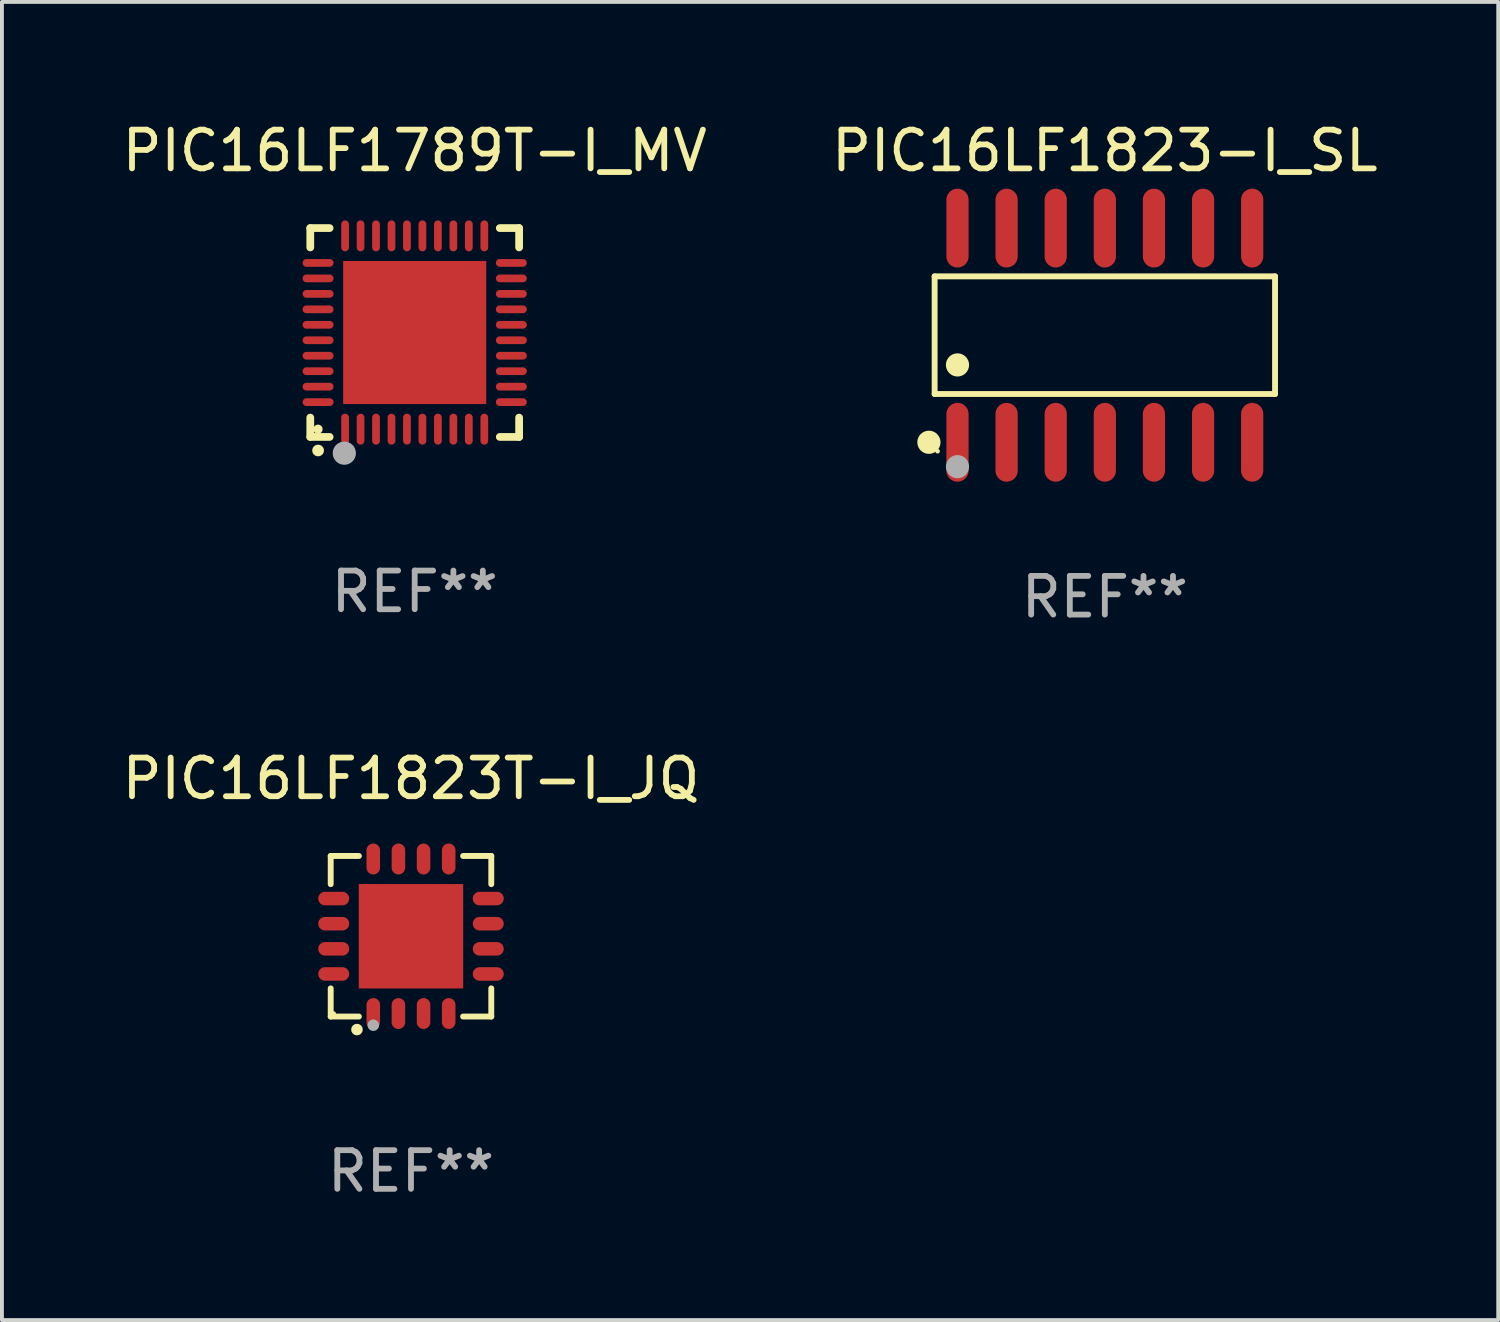
<source format=kicad_pcb>
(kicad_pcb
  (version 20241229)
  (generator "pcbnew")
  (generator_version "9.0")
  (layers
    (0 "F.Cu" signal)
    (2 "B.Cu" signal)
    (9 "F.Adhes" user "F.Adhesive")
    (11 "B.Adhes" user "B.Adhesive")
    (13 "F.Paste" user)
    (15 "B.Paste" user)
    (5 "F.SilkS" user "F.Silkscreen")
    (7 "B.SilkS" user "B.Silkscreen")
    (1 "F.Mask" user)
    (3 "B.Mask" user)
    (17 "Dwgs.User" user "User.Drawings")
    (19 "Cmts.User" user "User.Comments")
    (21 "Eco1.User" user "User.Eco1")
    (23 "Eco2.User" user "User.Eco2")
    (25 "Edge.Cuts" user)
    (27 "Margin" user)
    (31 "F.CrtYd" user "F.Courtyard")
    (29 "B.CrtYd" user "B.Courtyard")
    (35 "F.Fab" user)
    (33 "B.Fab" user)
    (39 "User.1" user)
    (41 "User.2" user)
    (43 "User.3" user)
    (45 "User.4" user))
  (footprint "PIC16LF1789T-I_MV"
    (layer "F.Cu")
    (at 7.673 5.548)
    (property "Reference" "PIC16LF1789T-I_MV" (at 0 -4.7 0) (layer "F.SilkS") (effects (font (size 1 1) (thickness 0.15))))
    (attr through_hole)
    (fp_line (start -2.7 -2.7) (end -2.7 -2.2) (stroke (width 0.2) (type solid)) (layer "F.SilkS"))
    (fp_line (start -2.7 2.7) (end -2.7 2.2) (stroke (width 0.2) (type solid)) (layer "F.SilkS"))
    (fp_line (start -2.2 -2.7) (end -2.7 -2.7) (stroke (width 0.2) (type solid)) (layer "F.SilkS"))
    (fp_line (start -2.2 2.7) (end -2.7 2.7) (stroke (width 0.2) (type solid)) (layer "F.SilkS"))
    (fp_line (start 2.7 -2.7) (end 2.2 -2.7) (stroke (width 0.2) (type solid)) (layer "F.SilkS"))
    (fp_line (start 2.7 -2.2) (end 2.7 -2.7) (stroke (width 0.2) (type solid)) (layer "F.SilkS"))
    (fp_line (start 2.7 2.2) (end 2.7 2.7) (stroke (width 0.2) (type solid)) (layer "F.SilkS"))
    (fp_line (start 2.7 2.7) (end 2.2 2.7) (stroke (width 0.2) (type solid)) (layer "F.SilkS"))
    (fp_arc (start -2.499365 3.050546) (mid -2.498095 3.050541) (end -2.496825 3.050546) (stroke (width 0.3) (type solid)) (layer "F.SilkS"))
    (fp_circle (center -2.5 2.5) (end -2.44 2.5) (stroke (width 0.12) (type solid)) (fill no) (layer "F.SilkS"))
    (fp_circle (center -1.82 3.12) (end -1.67 3.12) (stroke (width 0.3) (type solid)) (fill no) (layer "F.Fab"))
    (fp_text user "REF**" (at 0 6.7 0) (layer "F.Fab") (effects (font (size 1 1) (thickness 0.15))))
    (pad "1" smd oval (at -1.8 2.499) (size 0.2 0.8) (layers "F.Cu" "F.Mask" "F.Paste"))
    (pad "2" smd oval (at -1.4 2.499) (size 0.2 0.8) (layers "F.Cu" "F.Mask" "F.Paste"))
    (pad "3" smd oval (at -1 2.499) (size 0.2 0.8) (layers "F.Cu" "F.Mask" "F.Paste"))
    (pad "4" smd oval (at -0.6 2.499) (size 0.2 0.8) (layers "F.Cu" "F.Mask" "F.Paste"))
    (pad "5" smd oval (at -0.2 2.499) (size 0.2 0.8) (layers "F.Cu" "F.Mask" "F.Paste"))
    (pad "6" smd oval (at 0.2 2.499) (size 0.2 0.8) (layers "F.Cu" "F.Mask" "F.Paste"))
    (pad "7" smd oval (at 0.6 2.499) (size 0.2 0.8) (layers "F.Cu" "F.Mask" "F.Paste"))
    (pad "8" smd oval (at 1 2.499) (size 0.2 0.8) (layers "F.Cu" "F.Mask" "F.Paste"))
    (pad "9" smd oval (at 1.4 2.499) (size 0.2 0.8) (layers "F.Cu" "F.Mask" "F.Paste"))
    (pad "10" smd oval (at 1.8 2.499) (size 0.2 0.8) (layers "F.Cu" "F.Mask" "F.Paste"))
    (pad "11" smd oval (at 2.499 1.8) (size 0.8 0.2) (layers "F.Cu" "F.Mask" "F.Paste"))
    (pad "12" smd oval (at 2.499 1.4) (size 0.8 0.2) (layers "F.Cu" "F.Mask" "F.Paste"))
    (pad "13" smd oval (at 2.499 1) (size 0.8 0.2) (layers "F.Cu" "F.Mask" "F.Paste"))
    (pad "14" smd oval (at 2.499 0.6) (size 0.8 0.2) (layers "F.Cu" "F.Mask" "F.Paste"))
    (pad "15" smd oval (at 2.499 0.2) (size 0.8 0.2) (layers "F.Cu" "F.Mask" "F.Paste"))
    (pad "16" smd oval (at 2.499 -0.2) (size 0.8 0.2) (layers "F.Cu" "F.Mask" "F.Paste"))
    (pad "17" smd oval (at 2.499 -0.6) (size 0.8 0.2) (layers "F.Cu" "F.Mask" "F.Paste"))
    (pad "18" smd oval (at 2.499 -1) (size 0.8 0.2) (layers "F.Cu" "F.Mask" "F.Paste"))
    (pad "19" smd oval (at 2.499 -1.4) (size 0.8 0.2) (layers "F.Cu" "F.Mask" "F.Paste"))
    (pad "20" smd oval (at 2.499 -1.8) (size 0.8 0.2) (layers "F.Cu" "F.Mask" "F.Paste"))
    (pad "21" smd oval (at 1.8 -2.499) (size 0.2 0.8) (layers "F.Cu" "F.Mask" "F.Paste"))
    (pad "22" smd oval (at 1.4 -2.499) (size 0.2 0.8) (layers "F.Cu" "F.Mask" "F.Paste"))
    (pad "23" smd oval (at 1 -2.499) (size 0.2 0.8) (layers "F.Cu" "F.Mask" "F.Paste"))
    (pad "24" smd oval (at 0.6 -2.499) (size 0.2 0.8) (layers "F.Cu" "F.Mask" "F.Paste"))
    (pad "25" smd oval (at 0.2 -2.499) (size 0.2 0.8) (layers "F.Cu" "F.Mask" "F.Paste"))
    (pad "26" smd oval (at -0.2 -2.499) (size 0.2 0.8) (layers "F.Cu" "F.Mask" "F.Paste"))
    (pad "27" smd oval (at -0.6 -2.499) (size 0.2 0.8) (layers "F.Cu" "F.Mask" "F.Paste"))
    (pad "28" smd oval (at -1 -2.499) (size 0.2 0.8) (layers "F.Cu" "F.Mask" "F.Paste"))
    (pad "29" smd oval (at -1.4 -2.499) (size 0.2 0.8) (layers "F.Cu" "F.Mask" "F.Paste"))
    (pad "30" smd oval (at -1.8 -2.499) (size 0.2 0.8) (layers "F.Cu" "F.Mask" "F.Paste"))
    (pad "31" smd oval (at -2.499 -1.8) (size 0.8 0.2) (layers "F.Cu" "F.Mask" "F.Paste"))
    (pad "32" smd oval (at -2.499 -1.4) (size 0.8 0.2) (layers "F.Cu" "F.Mask" "F.Paste"))
    (pad "33" smd oval (at -2.499 -1) (size 0.8 0.2) (layers "F.Cu" "F.Mask" "F.Paste"))
    (pad "34" smd oval (at -2.499 -0.6) (size 0.8 0.2) (layers "F.Cu" "F.Mask" "F.Paste"))
    (pad "35" smd oval (at -2.499 -0.2) (size 0.8 0.2) (layers "F.Cu" "F.Mask" "F.Paste"))
    (pad "36" smd oval (at -2.499 0.2) (size 0.8 0.2) (layers "F.Cu" "F.Mask" "F.Paste"))
    (pad "37" smd oval (at -2.499 0.6) (size 0.8 0.2) (layers "F.Cu" "F.Mask" "F.Paste"))
    (pad "38" smd oval (at -2.499 1) (size 0.8 0.2) (layers "F.Cu" "F.Mask" "F.Paste"))
    (pad "39" smd oval (at -2.499 1.4) (size 0.8 0.2) (layers "F.Cu" "F.Mask" "F.Paste"))
    (pad "40" smd oval (at -2.499 1.8) (size 0.8 0.2) (layers "F.Cu" "F.Mask" "F.Paste"))
    (pad "41" smd rect (at 0 0) (size 3.7 3.7) (layers "F.Cu" "F.Mask" "F.Paste")))
  (footprint "PIC16LF1823-I_SL"
    (layer "F.Cu")
    (at 25.518 5.617)
    (property "Reference" "PIC16LF1823-I_SL" (at 0 -4.769 0) (layer "F.SilkS") (effects (font (size 1 1) (thickness 0.15))))
    (attr through_hole)
    (fp_line (start -4.401 -1.521) (end 4.401 -1.521) (stroke (width 0.152) (type solid)) (layer "F.SilkS"))
    (fp_line (start -4.401 1.521) (end -4.401 -1.521) (stroke (width 0.152) (type solid)) (layer "F.SilkS"))
    (fp_line (start 4.401 -1.521) (end 4.401 1.521) (stroke (width 0.152) (type solid)) (layer "F.SilkS"))
    (fp_line (start 4.401 1.521) (end -4.401 1.521) (stroke (width 0.152) (type solid)) (layer "F.SilkS"))
    (fp_circle (center -4.549 2.769) (end -4.399 2.769) (stroke (width 0.3) (type solid)) (fill no) (layer "F.SilkS"))
    (fp_circle (center -4.325 3) (end -4.295 3) (stroke (width 0.06) (type solid)) (fill no) (layer "F.SilkS"))
    (fp_circle (center -3.81 0.769) (end -3.66 0.769) (stroke (width 0.3) (type solid)) (fill no) (layer "F.SilkS"))
    (fp_circle (center -3.81 3.4) (end -3.66 3.4) (stroke (width 0.3) (type solid)) (fill no) (layer "F.Fab"))
    (fp_text user "REF**" (at 0 6.769 0) (layer "F.Fab") (effects (font (size 1 1) (thickness 0.15))))
    (pad "1" smd oval (at -3.81 2.769) (size 0.574 2.038) (layers "F.Cu" "F.Mask" "F.Paste"))
    (pad "2" smd oval (at -2.54 2.769) (size 0.574 2.038) (layers "F.Cu" "F.Mask" "F.Paste"))
    (pad "3" smd oval (at -1.27 2.769) (size 0.574 2.038) (layers "F.Cu" "F.Mask" "F.Paste"))
    (pad "4" smd oval (at 0 2.769) (size 0.574 2.038) (layers "F.Cu" "F.Mask" "F.Paste"))
    (pad "5" smd oval (at 1.27 2.769) (size 0.574 2.038) (layers "F.Cu" "F.Mask" "F.Paste"))
    (pad "6" smd oval (at 2.54 2.769) (size 0.574 2.038) (layers "F.Cu" "F.Mask" "F.Paste"))
    (pad "7" smd oval (at 3.81 2.769) (size 0.574 2.038) (layers "F.Cu" "F.Mask" "F.Paste"))
    (pad "8" smd oval (at 3.81 -2.769) (size 0.574 2.038) (layers "F.Cu" "F.Mask" "F.Paste"))
    (pad "9" smd oval (at 2.54 -2.769) (size 0.574 2.038) (layers "F.Cu" "F.Mask" "F.Paste"))
    (pad "10" smd oval (at 1.27 -2.769) (size 0.574 2.038) (layers "F.Cu" "F.Mask" "F.Paste"))
    (pad "11" smd oval (at 0 -2.769) (size 0.574 2.038) (layers "F.Cu" "F.Mask" "F.Paste"))
    (pad "12" smd oval (at -1.27 -2.769) (size 0.574 2.038) (layers "F.Cu" "F.Mask" "F.Paste"))
    (pad "13" smd oval (at -2.54 -2.769) (size 0.574 2.038) (layers "F.Cu" "F.Mask" "F.Paste"))
    (pad "14" smd oval (at -3.81 -2.769) (size 0.574 2.038) (layers "F.Cu" "F.Mask" "F.Paste")))
  (footprint "PIC16LF1823T-I_JQ"
    (layer "F.Cu")
    (at 7.577 21.159)
    (property "Reference" "PIC16LF1823T-I_JQ" (at 0 -4.076 0) (layer "F.SilkS") (effects (font (size 1 1) (thickness 0.15))))
    (attr through_hole)
    (fp_line (start -2.076 -2.076) (end -1.347 -2.076) (stroke (width 0.152) (type solid)) (layer "F.SilkS"))
    (fp_line (start -2.076 -1.347) (end -2.076 -2.076) (stroke (width 0.152) (type solid)) (layer "F.SilkS"))
    (fp_line (start -2.076 1.347) (end -2.076 2.076) (stroke (width 0.152) (type solid)) (layer "F.SilkS"))
    (fp_line (start -2.076 2.076) (end -1.347 2.076) (stroke (width 0.152) (type solid)) (layer "F.SilkS"))
    (fp_line (start 2.076 -2.076) (end 1.347 -2.076) (stroke (width 0.152) (type solid)) (layer "F.SilkS"))
    (fp_line (start 2.076 -1.347) (end 2.076 -2.076) (stroke (width 0.152) (type solid)) (layer "F.SilkS"))
    (fp_line (start 2.076 1.347) (end 2.076 2.076) (stroke (width 0.152) (type solid)) (layer "F.SilkS"))
    (fp_line (start 2.076 2.076) (end 1.347 2.076) (stroke (width 0.152) (type solid)) (layer "F.SilkS"))
    (fp_circle (center -2 2) (end -1.97 2) (stroke (width 0.06) (type solid)) (fill no) (layer "F.SilkS"))
    (fp_circle (center -1.397 2.413) (end -1.322 2.413) (stroke (width 0.15) (type solid)) (fill no) (layer "F.SilkS"))
    (fp_circle (center -0.975 2.3) (end -0.9 2.3) (stroke (width 0.15) (type solid)) (fill no) (layer "F.Fab"))
    (fp_text user "REF**" (at 0 6.076 0) (layer "F.Fab") (effects (font (size 1 1) (thickness 0.15))))
    (pad "1" smd oval (at -0.975 1.998) (size 0.35 0.8) (layers "F.Cu" "F.Mask" "F.Paste"))
    (pad "2" smd oval (at -0.325 1.998) (size 0.35 0.8) (layers "F.Cu" "F.Mask" "F.Paste"))
    (pad "3" smd oval (at 0.325 1.998) (size 0.35 0.8) (layers "F.Cu" "F.Mask" "F.Paste"))
    (pad "4" smd oval (at 0.975 1.998) (size 0.35 0.8) (layers "F.Cu" "F.Mask" "F.Paste"))
    (pad "5" smd oval (at 1.998 0.975) (size 0.8 0.35) (layers "F.Cu" "F.Mask" "F.Paste"))
    (pad "6" smd oval (at 1.998 0.325) (size 0.8 0.35) (layers "F.Cu" "F.Mask" "F.Paste"))
    (pad "7" smd oval (at 1.998 -0.325) (size 0.8 0.35) (layers "F.Cu" "F.Mask" "F.Paste"))
    (pad "8" smd oval (at 1.998 -0.975) (size 0.8 0.35) (layers "F.Cu" "F.Mask" "F.Paste"))
    (pad "9" smd oval (at 0.975 -1.998) (size 0.35 0.8) (layers "F.Cu" "F.Mask" "F.Paste"))
    (pad "10" smd oval (at 0.325 -1.998) (size 0.35 0.8) (layers "F.Cu" "F.Mask" "F.Paste"))
    (pad "11" smd oval (at -0.325 -1.998) (size 0.35 0.8) (layers "F.Cu" "F.Mask" "F.Paste"))
    (pad "12" smd oval (at -0.975 -1.998) (size 0.35 0.8) (layers "F.Cu" "F.Mask" "F.Paste"))
    (pad "13" smd oval (at -1.998 -0.975) (size 0.8 0.35) (layers "F.Cu" "F.Mask" "F.Paste"))
    (pad "14" smd oval (at -1.998 -0.325) (size 0.8 0.35) (layers "F.Cu" "F.Mask" "F.Paste"))
    (pad "15" smd oval (at -1.998 0.325) (size 0.8 0.35) (layers "F.Cu" "F.Mask" "F.Paste"))
    (pad "16" smd oval (at -1.998 0.975) (size 0.8 0.35) (layers "F.Cu" "F.Mask" "F.Paste"))
    (pad "17" smd rect (at 0 0) (size 2.7 2.7) (layers "F.Cu" "F.Mask" "F.Paste")))
  (gr_rect
    (start -3 -3)
    (end 35.69 31.084)
    (stroke (width 0.1) (type default))
    (fill no)
    (layer "Edge.Cuts")))
</source>
